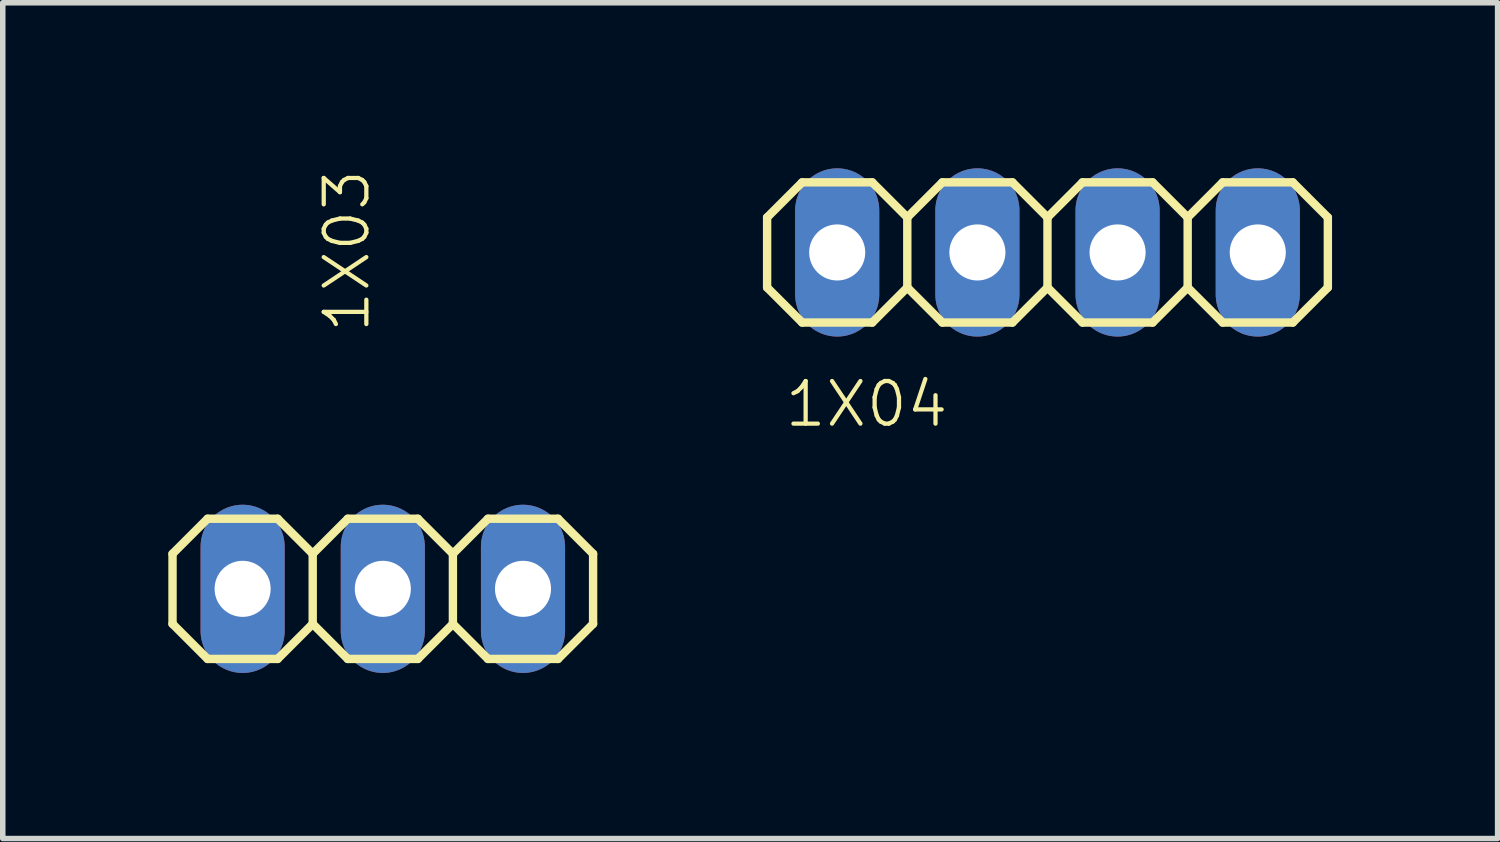
<source format=kicad_pcb>
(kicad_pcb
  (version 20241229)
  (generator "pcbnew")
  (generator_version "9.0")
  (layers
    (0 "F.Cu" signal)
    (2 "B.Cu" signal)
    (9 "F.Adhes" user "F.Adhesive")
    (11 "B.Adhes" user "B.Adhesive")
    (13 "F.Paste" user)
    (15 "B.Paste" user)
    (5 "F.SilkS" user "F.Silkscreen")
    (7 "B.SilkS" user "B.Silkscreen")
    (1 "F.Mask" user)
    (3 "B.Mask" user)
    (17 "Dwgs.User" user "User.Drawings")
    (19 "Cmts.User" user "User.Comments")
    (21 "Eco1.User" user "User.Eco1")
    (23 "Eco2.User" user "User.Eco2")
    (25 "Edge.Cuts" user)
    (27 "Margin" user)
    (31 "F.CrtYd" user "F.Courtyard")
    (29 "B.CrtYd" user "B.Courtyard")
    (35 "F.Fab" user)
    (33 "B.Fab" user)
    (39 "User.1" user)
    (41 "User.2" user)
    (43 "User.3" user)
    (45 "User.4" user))
  (footprint "1X04"
    (layer "F.Cu")
    (at 15.929 1.524)
    (property "Reference" "1X04" (at -4.8 3.2 180) (layer "F.SilkS") (effects (font (size 0.772 0.772) (thickness 0.077)) (justify left bottom)))
    (attr through_hole)
    (fp_line (start -5.08 -0.635) (end -5.08 0.635) (stroke (width 0.152) (type solid)) (layer "F.SilkS"))
    (fp_line (start -5.08 0.635) (end -4.445 1.27) (stroke (width 0.152) (type solid)) (layer "F.SilkS"))
    (fp_line (start -4.445 -1.27) (end -5.08 -0.635) (stroke (width 0.152) (type solid)) (layer "F.SilkS"))
    (fp_line (start -4.445 -1.27) (end -3.175 -1.27) (stroke (width 0.152) (type solid)) (layer "F.SilkS"))
    (fp_line (start -3.175 -1.27) (end -2.54 -0.635) (stroke (width 0.152) (type solid)) (layer "F.SilkS"))
    (fp_line (start -3.175 1.27) (end -4.445 1.27) (stroke (width 0.152) (type solid)) (layer "F.SilkS"))
    (fp_line (start -2.54 -0.635) (end -2.54 0.635) (stroke (width 0.152) (type solid)) (layer "F.SilkS"))
    (fp_line (start -2.54 -0.635) (end -1.905 -1.27) (stroke (width 0.152) (type solid)) (layer "F.SilkS"))
    (fp_line (start -2.54 0.635) (end -3.175 1.27) (stroke (width 0.152) (type solid)) (layer "F.SilkS"))
    (fp_line (start -1.905 -1.27) (end -0.635 -1.27) (stroke (width 0.152) (type solid)) (layer "F.SilkS"))
    (fp_line (start -1.905 1.27) (end -2.54 0.635) (stroke (width 0.152) (type solid)) (layer "F.SilkS"))
    (fp_line (start -0.635 -1.27) (end 0 -0.635) (stroke (width 0.152) (type solid)) (layer "F.SilkS"))
    (fp_line (start -0.635 1.27) (end -1.905 1.27) (stroke (width 0.152) (type solid)) (layer "F.SilkS"))
    (fp_line (start 0 -0.635) (end 0 0.635) (stroke (width 0.152) (type solid)) (layer "F.SilkS"))
    (fp_line (start 0 -0.635) (end 0.635 -1.27) (stroke (width 0.152) (type solid)) (layer "F.SilkS"))
    (fp_line (start 0 0.635) (end -0.635 1.27) (stroke (width 0.152) (type solid)) (layer "F.SilkS"))
    (fp_line (start 0.635 -1.27) (end 1.905 -1.27) (stroke (width 0.152) (type solid)) (layer "F.SilkS"))
    (fp_line (start 0.635 1.27) (end 0 0.635) (stroke (width 0.152) (type solid)) (layer "F.SilkS"))
    (fp_line (start 1.905 -1.27) (end 2.54 -0.635) (stroke (width 0.152) (type solid)) (layer "F.SilkS"))
    (fp_line (start 1.905 1.27) (end 0.635 1.27) (stroke (width 0.152) (type solid)) (layer "F.SilkS"))
    (fp_line (start 2.54 -0.635) (end 2.54 0.635) (stroke (width 0.152) (type solid)) (layer "F.SilkS"))
    (fp_line (start 2.54 0.635) (end 1.905 1.27) (stroke (width 0.152) (type solid)) (layer "F.SilkS"))
    (fp_line (start 2.54 0.635) (end 3.175 1.27) (stroke (width 0.152) (type solid)) (layer "F.SilkS"))
    (fp_line (start 3.175 -1.27) (end 2.54 -0.635) (stroke (width 0.152) (type solid)) (layer "F.SilkS"))
    (fp_line (start 3.175 -1.27) (end 4.445 -1.27) (stroke (width 0.152) (type solid)) (layer "F.SilkS"))
    (fp_line (start 4.445 -1.27) (end 5.08 -0.635) (stroke (width 0.152) (type solid)) (layer "F.SilkS"))
    (fp_line (start 4.445 1.27) (end 3.175 1.27) (stroke (width 0.152) (type solid)) (layer "F.SilkS"))
    (fp_line (start 5.08 -0.635) (end 5.08 0.635) (stroke (width 0.152) (type solid)) (layer "F.SilkS"))
    (fp_line (start 5.08 0.635) (end 4.445 1.27) (stroke (width 0.152) (type solid)) (layer "F.SilkS"))
    (fp_poly (pts (xy -4.064 0.254) (xy -3.556 0.254) (xy -3.556 -0.254) (xy -4.064 -0.254)) (stroke (width 0.1) (type solid)) (fill no) (layer "F.Fab"))
    (fp_poly (pts (xy -1.524 0.254) (xy -1.016 0.254) (xy -1.016 -0.254) (xy -1.524 -0.254)) (stroke (width 0.1) (type solid)) (fill no) (layer "F.Fab"))
    (fp_poly (pts (xy 1.016 0.254) (xy 1.524 0.254) (xy 1.524 -0.254) (xy 1.016 -0.254)) (stroke (width 0.1) (type solid)) (fill no) (layer "F.Fab"))
    (fp_poly (pts (xy 3.556 0.254) (xy 4.064 0.254) (xy 4.064 -0.254) (xy 3.556 -0.254)) (stroke (width 0.1) (type solid)) (fill no) (layer "F.Fab"))
    (pad "1" thru_hole oval (at -3.81 0 90) (size 3.048 1.524) (drill 1.016) (layers "*.Cu" "*.Mask"))
    (pad "2" thru_hole oval (at -1.27 0 90) (size 3.048 1.524) (drill 1.016) (layers "*.Cu" "*.Mask"))
    (pad "3" thru_hole oval (at 1.27 0 90) (size 3.048 1.524) (drill 1.016) (layers "*.Cu" "*.Mask"))
    (pad "4" thru_hole oval (at 3.81 0 90) (size 3.048 1.524) (drill 1.016) (layers "*.Cu" "*.Mask")))
  (footprint "1X03"
    (layer "F.Cu")
    (at 3.886 7.619)
    (property "Reference" "1X03" (at -0.2 -4.6 270) (layer "F.SilkS") (effects (font (size 0.772 0.772) (thickness 0.077)) (justify left bottom)))
    (attr through_hole)
    (fp_line (start -3.81 -0.635) (end -3.81 0.635) (stroke (width 0.152) (type solid)) (layer "F.SilkS"))
    (fp_line (start -3.81 0.635) (end -3.175 1.27) (stroke (width 0.152) (type solid)) (layer "F.SilkS"))
    (fp_line (start -3.175 -1.27) (end -3.81 -0.635) (stroke (width 0.152) (type solid)) (layer "F.SilkS"))
    (fp_line (start -3.175 -1.27) (end -1.905 -1.27) (stroke (width 0.152) (type solid)) (layer "F.SilkS"))
    (fp_line (start -1.905 -1.27) (end -1.27 -0.635) (stroke (width 0.152) (type solid)) (layer "F.SilkS"))
    (fp_line (start -1.905 1.27) (end -3.175 1.27) (stroke (width 0.152) (type solid)) (layer "F.SilkS"))
    (fp_line (start -1.27 -0.635) (end -1.27 0.635) (stroke (width 0.152) (type solid)) (layer "F.SilkS"))
    (fp_line (start -1.27 -0.635) (end -0.635 -1.27) (stroke (width 0.152) (type solid)) (layer "F.SilkS"))
    (fp_line (start -1.27 0.635) (end -1.905 1.27) (stroke (width 0.152) (type solid)) (layer "F.SilkS"))
    (fp_line (start -0.635 -1.27) (end 0.635 -1.27) (stroke (width 0.152) (type solid)) (layer "F.SilkS"))
    (fp_line (start -0.635 1.27) (end -1.27 0.635) (stroke (width 0.152) (type solid)) (layer "F.SilkS"))
    (fp_line (start 0.635 -1.27) (end 1.27 -0.635) (stroke (width 0.152) (type solid)) (layer "F.SilkS"))
    (fp_line (start 0.635 1.27) (end -0.635 1.27) (stroke (width 0.152) (type solid)) (layer "F.SilkS"))
    (fp_line (start 1.27 -0.635) (end 1.27 0.635) (stroke (width 0.152) (type solid)) (layer "F.SilkS"))
    (fp_line (start 1.27 -0.635) (end 1.905 -1.27) (stroke (width 0.152) (type solid)) (layer "F.SilkS"))
    (fp_line (start 1.27 0.635) (end 0.635 1.27) (stroke (width 0.152) (type solid)) (layer "F.SilkS"))
    (fp_line (start 1.905 -1.27) (end 3.175 -1.27) (stroke (width 0.152) (type solid)) (layer "F.SilkS"))
    (fp_line (start 1.905 1.27) (end 1.27 0.635) (stroke (width 0.152) (type solid)) (layer "F.SilkS"))
    (fp_line (start 3.175 -1.27) (end 3.81 -0.635) (stroke (width 0.152) (type solid)) (layer "F.SilkS"))
    (fp_line (start 3.175 1.27) (end 1.905 1.27) (stroke (width 0.152) (type solid)) (layer "F.SilkS"))
    (fp_line (start 3.81 -0.635) (end 3.81 0.635) (stroke (width 0.152) (type solid)) (layer "F.SilkS"))
    (fp_line (start 3.81 0.635) (end 3.175 1.27) (stroke (width 0.152) (type solid)) (layer "F.SilkS"))
    (fp_poly (pts (xy -2.794 0.254) (xy -2.286 0.254) (xy -2.286 -0.254) (xy -2.794 -0.254)) (stroke (width 0.1) (type solid)) (fill no) (layer "F.Fab"))
    (fp_poly (pts (xy -0.254 0.254) (xy 0.254 0.254) (xy 0.254 -0.254) (xy -0.254 -0.254)) (stroke (width 0.1) (type solid)) (fill no) (layer "F.Fab"))
    (fp_poly (pts (xy 2.286 0.254) (xy 2.794 0.254) (xy 2.794 -0.254) (xy 2.286 -0.254)) (stroke (width 0.1) (type solid)) (fill no) (layer "F.Fab"))
    (pad "1" thru_hole oval (at -2.54 0 90) (size 3.048 1.524) (drill 1.016) (layers "*.Cu" "*.Mask"))
    (pad "2" thru_hole oval (at 0 0 90) (size 3.048 1.524) (drill 1.016) (layers "*.Cu" "*.Mask"))
    (pad "3" thru_hole oval (at 2.54 0 90) (size 3.048 1.524) (drill 1.016) (layers "*.Cu" "*.Mask")))
  (gr_rect
    (start -3 -3)
    (end 24.085 12.143)
    (stroke (width 0.1) (type default))
    (fill no)
    (layer "Edge.Cuts")))
</source>
